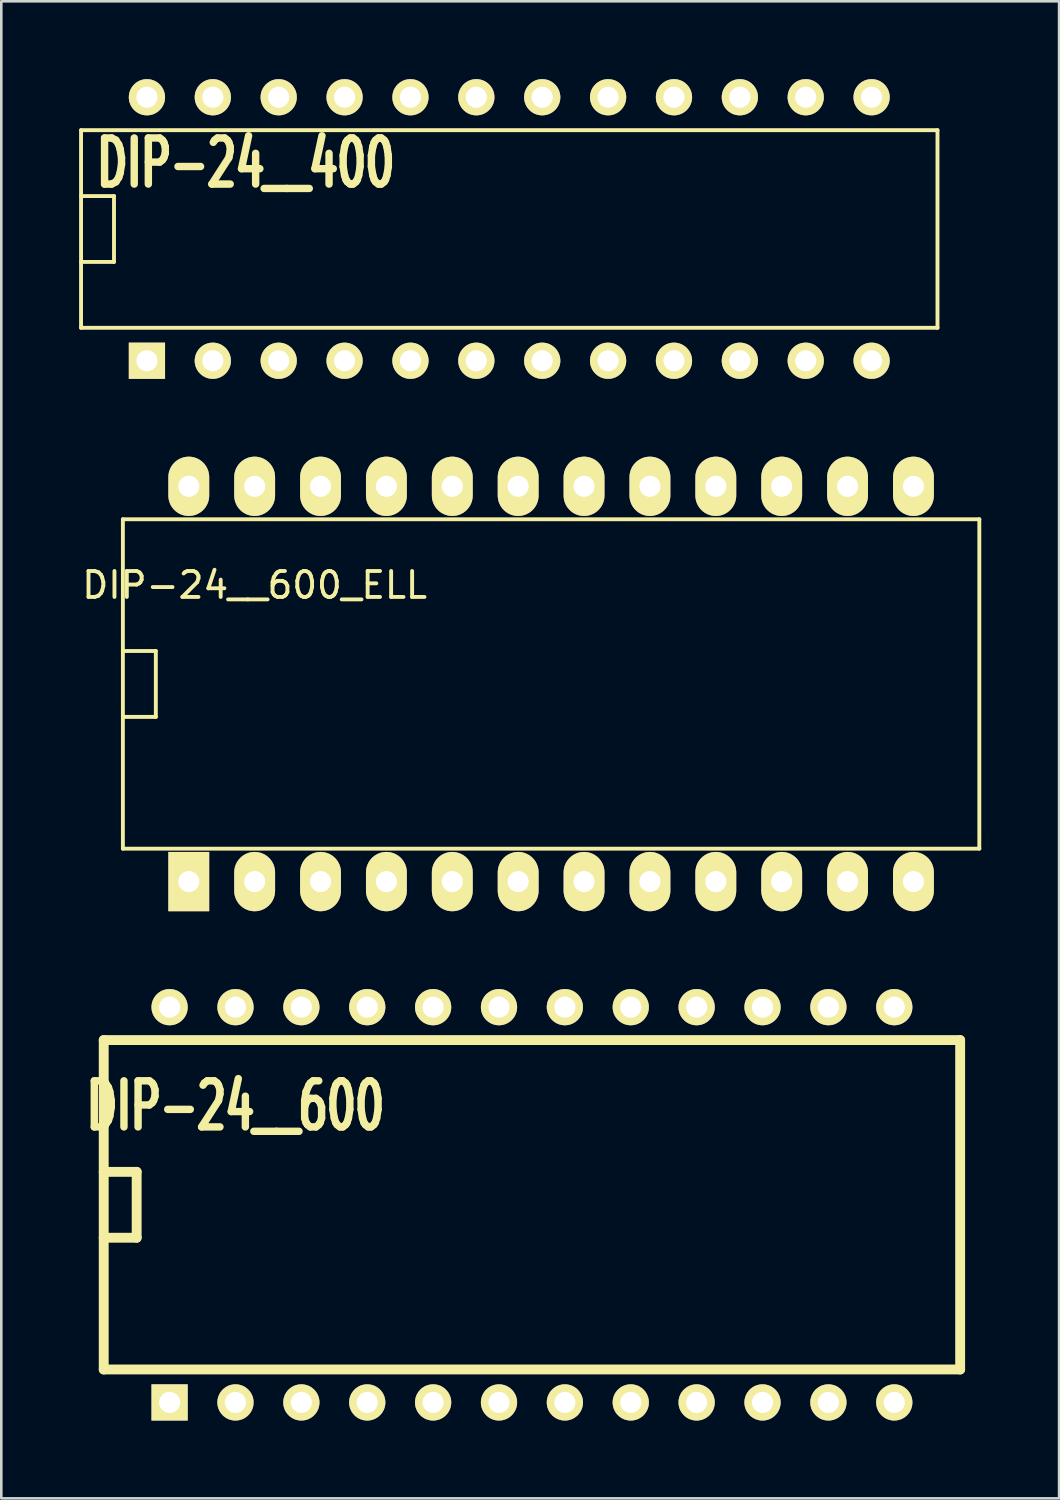
<source format=kicad_pcb>
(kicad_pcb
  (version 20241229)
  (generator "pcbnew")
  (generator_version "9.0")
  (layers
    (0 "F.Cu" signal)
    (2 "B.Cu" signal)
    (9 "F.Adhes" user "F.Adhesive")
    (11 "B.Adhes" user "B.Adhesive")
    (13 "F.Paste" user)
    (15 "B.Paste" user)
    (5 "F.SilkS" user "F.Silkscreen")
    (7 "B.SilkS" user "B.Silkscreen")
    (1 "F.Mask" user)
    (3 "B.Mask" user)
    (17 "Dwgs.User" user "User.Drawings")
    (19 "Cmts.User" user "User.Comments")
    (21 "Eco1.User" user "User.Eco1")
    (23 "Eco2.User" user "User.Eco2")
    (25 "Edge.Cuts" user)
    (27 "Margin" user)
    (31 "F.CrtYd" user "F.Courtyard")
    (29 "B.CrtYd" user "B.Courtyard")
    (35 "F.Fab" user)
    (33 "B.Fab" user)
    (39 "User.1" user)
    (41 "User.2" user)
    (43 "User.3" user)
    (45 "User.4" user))
  (footprint "DIP-24__600_ELL"
    (layer "F.Cu")
    (at 18.198 23.32)
    (property "Reference" "DIP-24__600_ELL" (at -11.43 -3.81 0) (layer "F.SilkS") (effects (font (size 1 1) (thickness 0.15))))
    (attr through_hole)
    (fp_line (start -16.51 -6.35) (end 16.51 -6.35) (stroke (width 0.15) (type solid)) (layer "F.SilkS"))
    (fp_line (start -16.51 -1.27) (end -15.24 -1.27) (stroke (width 0.15) (type solid)) (layer "F.SilkS"))
    (fp_line (start -16.51 6.35) (end -16.51 -6.35) (stroke (width 0.15) (type solid)) (layer "F.SilkS"))
    (fp_line (start -15.24 -1.27) (end -15.24 1.27) (stroke (width 0.15) (type solid)) (layer "F.SilkS"))
    (fp_line (start -15.24 1.27) (end -16.51 1.27) (stroke (width 0.15) (type solid)) (layer "F.SilkS"))
    (fp_line (start 16.51 -6.35) (end 16.51 6.35) (stroke (width 0.15) (type solid)) (layer "F.SilkS"))
    (fp_line (start 16.51 6.35) (end -16.51 6.35) (stroke (width 0.15) (type solid)) (layer "F.SilkS"))
    (pad "1" thru_hole rect (at -13.97 7.62) (size 1.575 2.286) (drill 0.813) (layers "*.Cu" "*.Mask" "F.SilkS"))
    (pad "2" thru_hole oval (at -11.43 7.62) (size 1.575 2.286) (drill 0.813) (layers "*.Cu" "*.Mask" "F.SilkS"))
    (pad "3" thru_hole oval (at -8.89 7.62) (size 1.575 2.286) (drill 0.813) (layers "*.Cu" "*.Mask" "F.SilkS"))
    (pad "4" thru_hole oval (at -6.35 7.62) (size 1.575 2.286) (drill 0.813) (layers "*.Cu" "*.Mask" "F.SilkS"))
    (pad "5" thru_hole oval (at -3.81 7.62) (size 1.575 2.286) (drill 0.813) (layers "*.Cu" "*.Mask" "F.SilkS"))
    (pad "6" thru_hole oval (at -1.27 7.62) (size 1.575 2.286) (drill 0.813) (layers "*.Cu" "*.Mask" "F.SilkS"))
    (pad "7" thru_hole oval (at 1.27 7.62) (size 1.575 2.286) (drill 0.813) (layers "*.Cu" "*.Mask" "F.SilkS"))
    (pad "8" thru_hole oval (at 3.81 7.62) (size 1.575 2.286) (drill 0.813) (layers "*.Cu" "*.Mask" "F.SilkS"))
    (pad "9" thru_hole oval (at 6.35 7.62) (size 1.575 2.286) (drill 0.813) (layers "*.Cu" "*.Mask" "F.SilkS"))
    (pad "10" thru_hole oval (at 8.89 7.62) (size 1.575 2.286) (drill 0.813) (layers "*.Cu" "*.Mask" "F.SilkS"))
    (pad "11" thru_hole oval (at 11.43 7.62) (size 1.575 2.286) (drill 0.813) (layers "*.Cu" "*.Mask" "F.SilkS"))
    (pad "12" thru_hole oval (at 13.97 7.62) (size 1.575 2.286) (drill 0.813) (layers "*.Cu" "*.Mask" "F.SilkS"))
    (pad "13" thru_hole oval (at 13.97 -7.62) (size 1.575 2.286) (drill 0.813) (layers "*.Cu" "*.Mask" "F.SilkS"))
    (pad "14" thru_hole oval (at 11.43 -7.62) (size 1.575 2.286) (drill 0.813) (layers "*.Cu" "*.Mask" "F.SilkS"))
    (pad "15" thru_hole oval (at 8.89 -7.62) (size 1.575 2.286) (drill 0.813) (layers "*.Cu" "*.Mask" "F.SilkS"))
    (pad "16" thru_hole oval (at 6.35 -7.62) (size 1.575 2.286) (drill 0.813) (layers "*.Cu" "*.Mask" "F.SilkS"))
    (pad "17" thru_hole oval (at 3.81 -7.62) (size 1.575 2.286) (drill 0.813) (layers "*.Cu" "*.Mask" "F.SilkS"))
    (pad "18" thru_hole oval (at 1.27 -7.62) (size 1.575 2.286) (drill 0.813) (layers "*.Cu" "*.Mask" "F.SilkS"))
    (pad "19" thru_hole oval (at -1.27 -7.62) (size 1.575 2.286) (drill 0.813) (layers "*.Cu" "*.Mask" "F.SilkS"))
    (pad "20" thru_hole oval (at -3.81 -7.62) (size 1.575 2.286) (drill 0.813) (layers "*.Cu" "*.Mask" "F.SilkS"))
    (pad "21" thru_hole oval (at -6.35 -7.62) (size 1.575 2.286) (drill 0.813) (layers "*.Cu" "*.Mask" "F.SilkS"))
    (pad "22" thru_hole oval (at -8.89 -7.62) (size 1.575 2.286) (drill 0.813) (layers "*.Cu" "*.Mask" "F.SilkS"))
    (pad "23" thru_hole oval (at -11.43 -7.62) (size 1.575 2.286) (drill 0.813) (layers "*.Cu" "*.Mask" "F.SilkS"))
    (pad "24" thru_hole oval (at -13.97 -7.62) (size 1.575 2.286) (drill 0.813) (layers "*.Cu" "*.Mask" "F.SilkS")))
  (footprint "DIP-24__600"
    (layer "F.Cu")
    (at 17.459 43.401)
    (property "Reference" "DIP-24__600" (at -11.43 -3.81 0) (layer "F.SilkS") (effects (font (size 1.778 1.143) (thickness 0.305))))
    (attr through_hole)
    (fp_line (start -16.51 -6.35) (end 16.51 -6.35) (stroke (width 0.381) (type solid)) (layer "F.SilkS"))
    (fp_line (start -16.51 -1.27) (end -15.24 -1.27) (stroke (width 0.381) (type solid)) (layer "F.SilkS"))
    (fp_line (start -16.51 6.35) (end -16.51 -6.35) (stroke (width 0.381) (type solid)) (layer "F.SilkS"))
    (fp_line (start -15.24 -1.27) (end -15.24 1.27) (stroke (width 0.381) (type solid)) (layer "F.SilkS"))
    (fp_line (start -15.24 1.27) (end -16.51 1.27) (stroke (width 0.381) (type solid)) (layer "F.SilkS"))
    (fp_line (start 16.51 -6.35) (end 16.51 6.35) (stroke (width 0.381) (type solid)) (layer "F.SilkS"))
    (fp_line (start 16.51 6.35) (end -16.51 6.35) (stroke (width 0.381) (type solid)) (layer "F.SilkS"))
    (pad "1" thru_hole rect (at -13.97 7.62) (size 1.397 1.397) (drill 0.813) (layers "*.Cu" "*.Mask" "F.SilkS"))
    (pad "2" thru_hole circle (at -11.43 7.62) (size 1.397 1.397) (drill 0.813) (layers "*.Cu" "*.Mask" "F.SilkS"))
    (pad "3" thru_hole circle (at -8.89 7.62) (size 1.397 1.397) (drill 0.813) (layers "*.Cu" "*.Mask" "F.SilkS"))
    (pad "4" thru_hole circle (at -6.35 7.62) (size 1.397 1.397) (drill 0.813) (layers "*.Cu" "*.Mask" "F.SilkS"))
    (pad "5" thru_hole circle (at -3.81 7.62) (size 1.397 1.397) (drill 0.813) (layers "*.Cu" "*.Mask" "F.SilkS"))
    (pad "6" thru_hole circle (at -1.27 7.62) (size 1.397 1.397) (drill 0.813) (layers "*.Cu" "*.Mask" "F.SilkS"))
    (pad "7" thru_hole circle (at 1.27 7.62) (size 1.397 1.397) (drill 0.813) (layers "*.Cu" "*.Mask" "F.SilkS"))
    (pad "8" thru_hole circle (at 3.81 7.62) (size 1.397 1.397) (drill 0.813) (layers "*.Cu" "*.Mask" "F.SilkS"))
    (pad "9" thru_hole circle (at 6.35 7.62) (size 1.397 1.397) (drill 0.813) (layers "*.Cu" "*.Mask" "F.SilkS"))
    (pad "10" thru_hole circle (at 8.89 7.62) (size 1.397 1.397) (drill 0.813) (layers "*.Cu" "*.Mask" "F.SilkS"))
    (pad "11" thru_hole circle (at 11.43 7.62) (size 1.397 1.397) (drill 0.813) (layers "*.Cu" "*.Mask" "F.SilkS"))
    (pad "12" thru_hole circle (at 13.97 7.62) (size 1.397 1.397) (drill 0.813) (layers "*.Cu" "*.Mask" "F.SilkS"))
    (pad "13" thru_hole circle (at 13.97 -7.62) (size 1.397 1.397) (drill 0.813) (layers "*.Cu" "*.Mask" "F.SilkS"))
    (pad "14" thru_hole circle (at 11.43 -7.62) (size 1.397 1.397) (drill 0.813) (layers "*.Cu" "*.Mask" "F.SilkS"))
    (pad "15" thru_hole circle (at 8.89 -7.62) (size 1.397 1.397) (drill 0.813) (layers "*.Cu" "*.Mask" "F.SilkS"))
    (pad "16" thru_hole circle (at 6.35 -7.62) (size 1.397 1.397) (drill 0.813) (layers "*.Cu" "*.Mask" "F.SilkS"))
    (pad "17" thru_hole circle (at 3.81 -7.62) (size 1.397 1.397) (drill 0.813) (layers "*.Cu" "*.Mask" "F.SilkS"))
    (pad "18" thru_hole circle (at 1.27 -7.62) (size 1.397 1.397) (drill 0.813) (layers "*.Cu" "*.Mask" "F.SilkS"))
    (pad "19" thru_hole circle (at -1.27 -7.62) (size 1.397 1.397) (drill 0.813) (layers "*.Cu" "*.Mask" "F.SilkS"))
    (pad "20" thru_hole circle (at -3.81 -7.62) (size 1.397 1.397) (drill 0.813) (layers "*.Cu" "*.Mask" "F.SilkS"))
    (pad "21" thru_hole circle (at -6.35 -7.62) (size 1.397 1.397) (drill 0.813) (layers "*.Cu" "*.Mask" "F.SilkS"))
    (pad "22" thru_hole circle (at -8.89 -7.62) (size 1.397 1.397) (drill 0.813) (layers "*.Cu" "*.Mask" "F.SilkS"))
    (pad "23" thru_hole circle (at -11.43 -7.62) (size 1.397 1.397) (drill 0.813) (layers "*.Cu" "*.Mask" "F.SilkS"))
    (pad "24" thru_hole circle (at -13.97 -7.62) (size 1.397 1.397) (drill 0.813) (layers "*.Cu" "*.Mask" "F.SilkS")))
  (footprint "DIP-24__400"
    (layer "F.Cu")
    (at 16.585 5.779)
    (property "Reference" "DIP-24__400" (at -10.16 -2.54 0) (layer "F.SilkS") (effects (font (size 1.778 1.143) (thickness 0.305))))
    (attr through_hole)
    (fp_line (start -16.51 -3.81) (end 16.51 -3.81) (stroke (width 0.15) (type solid)) (layer "F.SilkS"))
    (fp_line (start -16.51 -1.27) (end -15.24 -1.27) (stroke (width 0.15) (type solid)) (layer "F.SilkS"))
    (fp_line (start -16.51 3.81) (end -16.51 -3.81) (stroke (width 0.15) (type solid)) (layer "F.SilkS"))
    (fp_line (start -15.24 -1.27) (end -15.24 1.27) (stroke (width 0.15) (type solid)) (layer "F.SilkS"))
    (fp_line (start -15.24 1.27) (end -16.51 1.27) (stroke (width 0.15) (type solid)) (layer "F.SilkS"))
    (fp_line (start 16.51 -3.81) (end 16.51 3.81) (stroke (width 0.15) (type solid)) (layer "F.SilkS"))
    (fp_line (start 16.51 3.81) (end -16.51 3.81) (stroke (width 0.15) (type solid)) (layer "F.SilkS"))
    (pad "1" thru_hole rect (at -13.97 5.08) (size 1.397 1.397) (drill 0.813) (layers "*.Cu" "*.Mask" "F.SilkS"))
    (pad "2" thru_hole circle (at -11.43 5.08) (size 1.397 1.397) (drill 0.813) (layers "*.Cu" "*.Mask" "F.SilkS"))
    (pad "3" thru_hole circle (at -8.89 5.08) (size 1.397 1.397) (drill 0.813) (layers "*.Cu" "*.Mask" "F.SilkS"))
    (pad "4" thru_hole circle (at -6.35 5.08) (size 1.397 1.397) (drill 0.813) (layers "*.Cu" "*.Mask" "F.SilkS"))
    (pad "5" thru_hole circle (at -3.81 5.08) (size 1.397 1.397) (drill 0.813) (layers "*.Cu" "*.Mask" "F.SilkS"))
    (pad "6" thru_hole circle (at -1.27 5.08) (size 1.397 1.397) (drill 0.813) (layers "*.Cu" "*.Mask" "F.SilkS"))
    (pad "7" thru_hole circle (at 1.27 5.08) (size 1.397 1.397) (drill 0.813) (layers "*.Cu" "*.Mask" "F.SilkS"))
    (pad "8" thru_hole circle (at 3.81 5.08) (size 1.397 1.397) (drill 0.813) (layers "*.Cu" "*.Mask" "F.SilkS"))
    (pad "9" thru_hole circle (at 6.35 5.08) (size 1.397 1.397) (drill 0.813) (layers "*.Cu" "*.Mask" "F.SilkS"))
    (pad "10" thru_hole circle (at 8.89 5.08) (size 1.397 1.397) (drill 0.813) (layers "*.Cu" "*.Mask" "F.SilkS"))
    (pad "11" thru_hole circle (at 11.43 5.08) (size 1.397 1.397) (drill 0.813) (layers "*.Cu" "*.Mask" "F.SilkS"))
    (pad "12" thru_hole circle (at 13.97 5.08) (size 1.397 1.397) (drill 0.813) (layers "*.Cu" "*.Mask" "F.SilkS"))
    (pad "13" thru_hole circle (at 13.97 -5.08) (size 1.397 1.397) (drill 0.813) (layers "*.Cu" "*.Mask" "F.SilkS"))
    (pad "14" thru_hole circle (at 11.43 -5.08) (size 1.397 1.397) (drill 0.813) (layers "*.Cu" "*.Mask" "F.SilkS"))
    (pad "15" thru_hole circle (at 8.89 -5.08) (size 1.397 1.397) (drill 0.813) (layers "*.Cu" "*.Mask" "F.SilkS"))
    (pad "16" thru_hole circle (at 6.35 -5.08) (size 1.397 1.397) (drill 0.813) (layers "*.Cu" "*.Mask" "F.SilkS"))
    (pad "17" thru_hole circle (at 3.81 -5.08) (size 1.397 1.397) (drill 0.813) (layers "*.Cu" "*.Mask" "F.SilkS"))
    (pad "18" thru_hole circle (at 1.27 -5.08) (size 1.397 1.397) (drill 0.813) (layers "*.Cu" "*.Mask" "F.SilkS"))
    (pad "19" thru_hole circle (at -1.27 -5.08) (size 1.397 1.397) (drill 0.813) (layers "*.Cu" "*.Mask" "F.SilkS"))
    (pad "20" thru_hole circle (at -3.81 -5.08) (size 1.397 1.397) (drill 0.813) (layers "*.Cu" "*.Mask" "F.SilkS"))
    (pad "21" thru_hole circle (at -6.35 -5.08) (size 1.397 1.397) (drill 0.813) (layers "*.Cu" "*.Mask" "F.SilkS"))
    (pad "22" thru_hole circle (at -8.89 -5.08) (size 1.397 1.397) (drill 0.813) (layers "*.Cu" "*.Mask" "F.SilkS"))
    (pad "23" thru_hole circle (at -11.43 -5.08) (size 1.397 1.397) (drill 0.813) (layers "*.Cu" "*.Mask" "F.SilkS"))
    (pad "24" thru_hole circle (at -13.97 -5.08) (size 1.397 1.397) (drill 0.813) (layers "*.Cu" "*.Mask" "F.SilkS")))
  (gr_rect
    (start -3 -3)
    (end 37.783 54.72)
    (stroke (width 0.1) (type default))
    (fill no)
    (layer "Edge.Cuts")))
</source>
